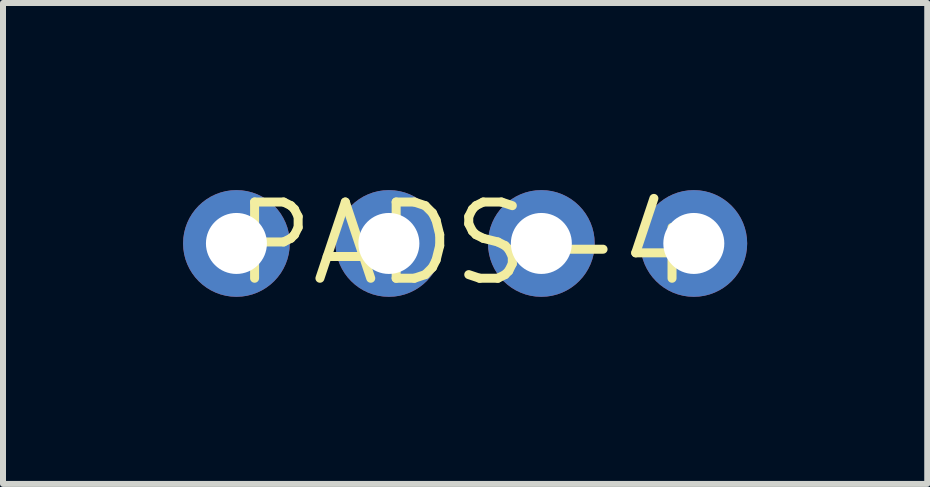
<source format=kicad_pcb>
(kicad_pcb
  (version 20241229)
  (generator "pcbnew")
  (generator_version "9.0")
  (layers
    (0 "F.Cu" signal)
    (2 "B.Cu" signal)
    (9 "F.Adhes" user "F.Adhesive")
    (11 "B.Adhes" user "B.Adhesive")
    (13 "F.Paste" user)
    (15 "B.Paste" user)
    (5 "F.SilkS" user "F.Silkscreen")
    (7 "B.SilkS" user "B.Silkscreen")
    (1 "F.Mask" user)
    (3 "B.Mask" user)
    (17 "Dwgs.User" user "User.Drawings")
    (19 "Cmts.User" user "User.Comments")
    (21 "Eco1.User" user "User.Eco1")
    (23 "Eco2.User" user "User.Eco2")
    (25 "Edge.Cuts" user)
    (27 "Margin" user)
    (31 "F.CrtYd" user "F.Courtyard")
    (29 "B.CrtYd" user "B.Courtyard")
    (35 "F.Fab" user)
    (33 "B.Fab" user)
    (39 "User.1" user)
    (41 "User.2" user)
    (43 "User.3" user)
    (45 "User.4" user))
  (footprint "PADS-4"
    (layer "F.Cu")
    (at 4.699 1.006)
    (property "Reference" "PADS-4" (at 0 0 0) (layer "F.SilkS") (effects (font (size 1.27 1.27) (thickness 0.15))))
    (fp_poly (pts (xy -4.064 0.254) (xy -3.556 0.254) (xy -3.556 -0.254) (xy -4.064 -0.254)) (stroke (width 0.1) (type default)) (fill no) (layer "F.Fab"))
    (fp_poly (pts (xy -1.524 0.254) (xy -1.016 0.254) (xy -1.016 -0.254) (xy -1.524 -0.254)) (stroke (width 0.1) (type default)) (fill no) (layer "F.Fab"))
    (fp_poly (pts (xy 1.016 0.254) (xy 1.524 0.254) (xy 1.524 -0.254) (xy 1.016 -0.254)) (stroke (width 0.1) (type default)) (fill no) (layer "F.Fab"))
    (fp_poly (pts (xy 3.556 0.254) (xy 4.064 0.254) (xy 4.064 -0.254) (xy 3.556 -0.254)) (stroke (width 0.1) (type default)) (fill no) (layer "F.Fab"))
    (pad "1" thru_hole circle (at -3.81 0 90) (size 1.778 1.778) (drill 1.016) (layers "*.Cu" "*.Mask"))
    (pad "2" thru_hole circle (at -1.27 0 90) (size 1.778 1.778) (drill 1.016) (layers "*.Cu" "*.Mask"))
    (pad "3" thru_hole circle (at 1.27 0 90) (size 1.778 1.778) (drill 1.016) (layers "*.Cu" "*.Mask"))
    (pad "4" thru_hole circle (at 3.81 0 90) (size 1.778 1.778) (drill 1.016) (layers "*.Cu" "*.Mask")))
  (gr_rect
    (start -3 -3)
    (end 12.398 5.012)
    (stroke (width 0.1) (type default))
    (fill no)
    (layer "Edge.Cuts")))
</source>
